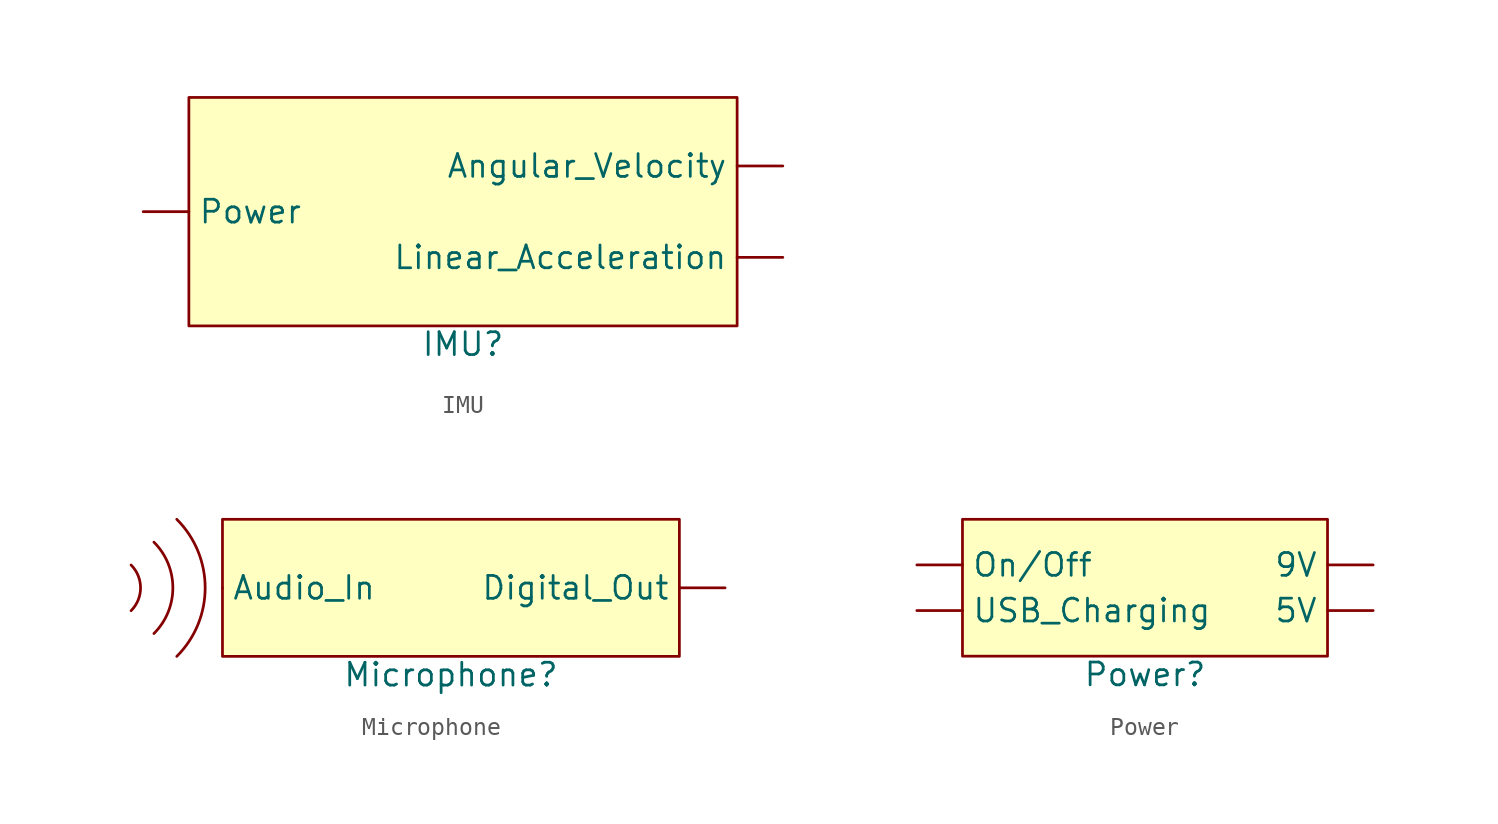
<source format=kicad_sym>
(kicad_symbol_lib
  (version 20241209)
  (generator "kicad_symbol_editor")
  (generator_version "9.0")
  (symbol "IMU"
    (property "Reference" "IMU"
      (at 0 -1.016 0)
      (effects (font (size 1.27 1.27))))
    (property "Value" ""
      (at 0 0 0)
      (effects (font (size 1.27 1.27))))
    (symbol "IMU_1_1"
      (rectangle (start -15.24 12.7) (end 15.24 0) (stroke (width 0) (type solid)) (fill (type background)))
      (pin input line (at -17.78 6.35 0) (length 2.54) (name "Power" (effects (font (size 1.27 1.27)))) (number "" (effects (font (size 1.27 1.27)))))
      (pin input line (at 17.78 8.89 180) (length 2.54) (name "Angular_Velocity" (effects (font (size 1.27 1.27)))) (number "" (effects (font (size 1.27 1.27)))))
      (pin input line (at 17.78 3.81 180) (length 2.54) (name "Linear_Acceleration" (effects (font (size 1.27 1.27)))) (number "" (effects (font (size 1.27 1.27)))))))
  (symbol "Microphone"
    (property "Reference" "Microphone"
      (at 0 -1.016 0)
      (effects (font (size 1.27 1.27))))
    (property "Value" ""
      (at 0 0 0)
      (effects (font (size 1.27 1.27))))
    (symbol "Microphone_1_1"
      (arc (start -16.51 6.35) (mid -15.4579 3.81) (end -16.51 1.27) (stroke (width 0) (type default)) (fill (type none)))
      (arc (start -17.78 5.08) (mid -17.2539 3.81) (end -17.78 2.54) (stroke (width 0) (type default)) (fill (type none)))
      (arc (start -15.24 7.62) (mid -13.6618 3.81) (end -15.24 0) (stroke (width 0) (type default)) (fill (type none)))
      (rectangle (start -12.7 7.62) (end 12.7 0) (stroke (width 0) (type solid)) (fill (type background)))
      (pin input line (at -12.7 3.81 0) (length 0) (name "Audio_In" (effects (font (size 1.27 1.27)))) (number "" (effects (font (size 1.27 1.27)))))
      (pin input line (at 15.24 3.81 180) (length 2.54) (name "Digital_Out" (effects (font (size 1.27 1.27)))) (number "" (effects (font (size 1.27 1.27)))))))
  (symbol "Power"
    (property "Reference" "Power"
      (at 0 -1.016 0)
      (effects (font (size 1.27 1.27))))
    (property "Value" ""
      (at 0 0 0)
      (effects (font (size 1.27 1.27))))
    (symbol "Power_1_1"
      (rectangle (start -10.16 7.62) (end 10.16 0) (stroke (width 0) (type solid)) (fill (type background)))
      (pin input line (at -12.7 5.08 0) (length 2.54) (name "On/Off" (effects (font (size 1.27 1.27)))) (number "" (effects (font (size 1.27 1.27)))))
      (pin input line (at -12.7 2.54 0) (length 2.54) (name "USB_Charging" (effects (font (size 1.27 1.27)))) (number "" (effects (font (size 1.27 1.27)))))
      (pin input line (at 12.7 5.08 180) (length 2.54) (name "9V" (effects (font (size 1.27 1.27)))) (number "" (effects (font (size 1.27 1.27)))))
      (pin input line (at 12.7 2.54 180) (length 2.54) (name "5V" (effects (font (size 1.27 1.27)))) (number "" (effects (font (size 1.27 1.27))))))))
</source>
